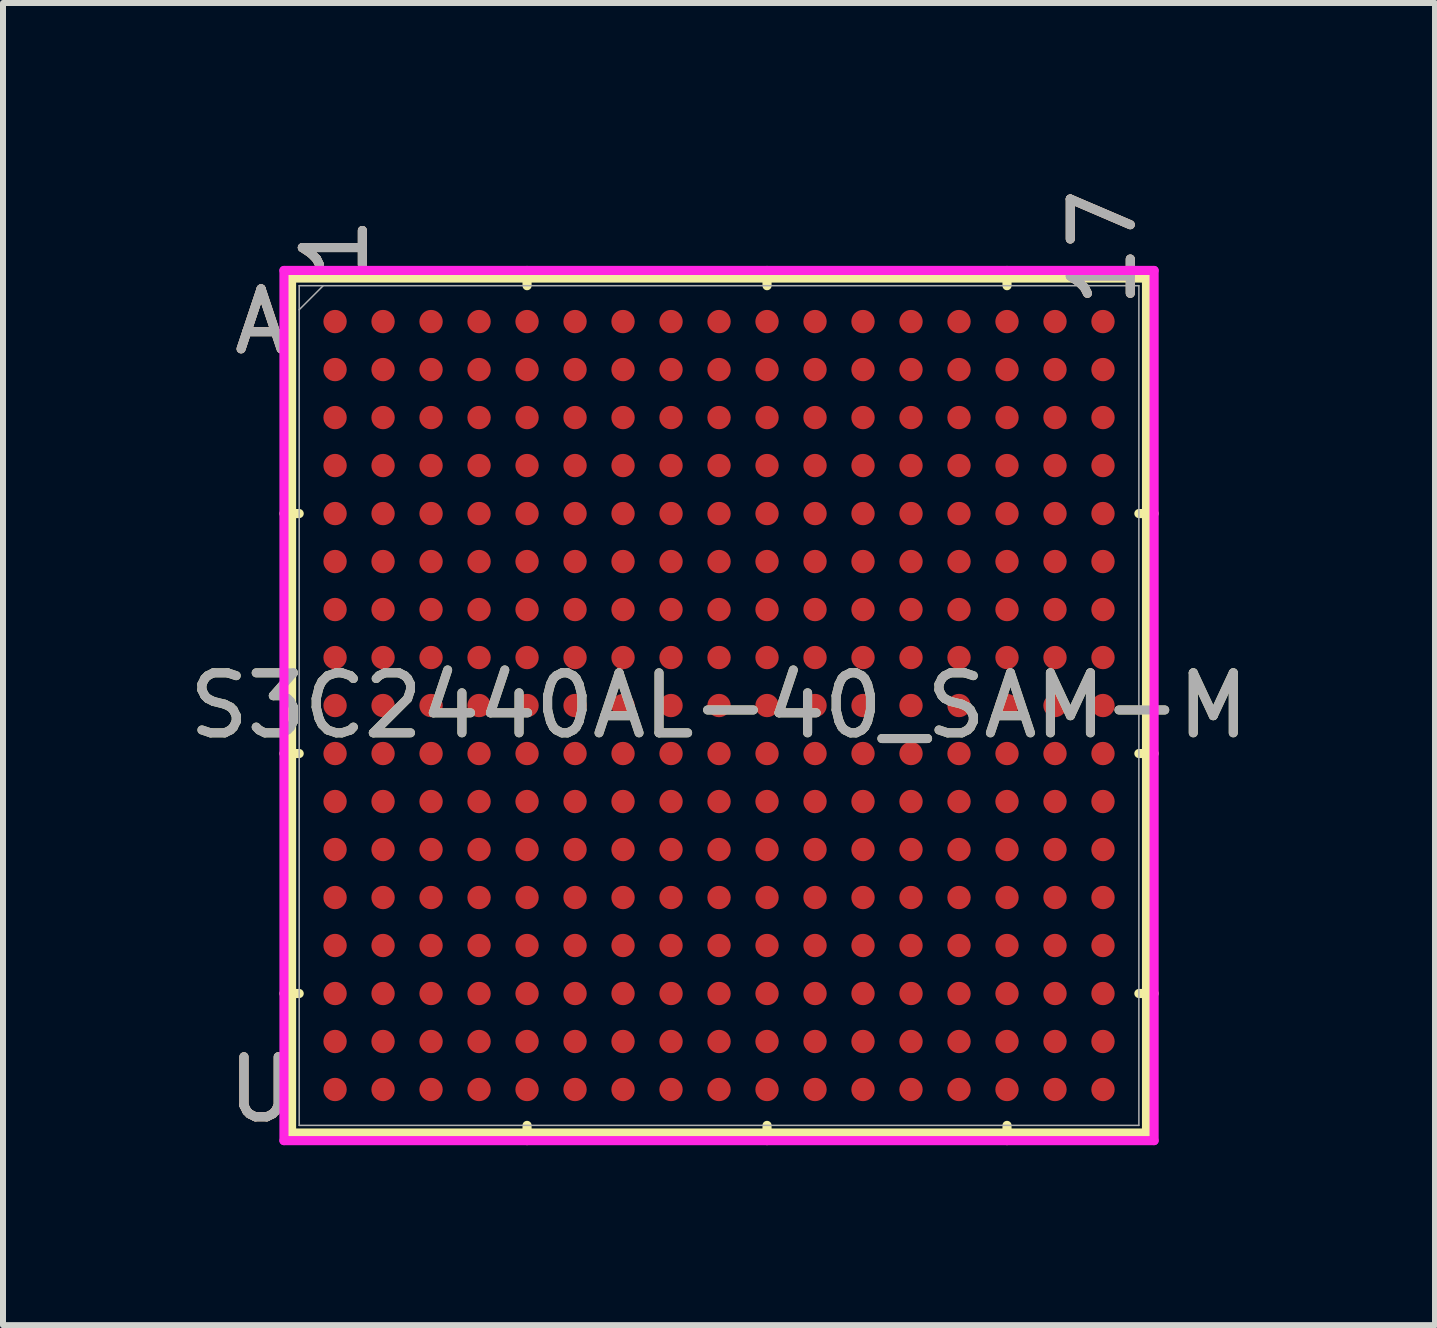
<source format=kicad_pcb>
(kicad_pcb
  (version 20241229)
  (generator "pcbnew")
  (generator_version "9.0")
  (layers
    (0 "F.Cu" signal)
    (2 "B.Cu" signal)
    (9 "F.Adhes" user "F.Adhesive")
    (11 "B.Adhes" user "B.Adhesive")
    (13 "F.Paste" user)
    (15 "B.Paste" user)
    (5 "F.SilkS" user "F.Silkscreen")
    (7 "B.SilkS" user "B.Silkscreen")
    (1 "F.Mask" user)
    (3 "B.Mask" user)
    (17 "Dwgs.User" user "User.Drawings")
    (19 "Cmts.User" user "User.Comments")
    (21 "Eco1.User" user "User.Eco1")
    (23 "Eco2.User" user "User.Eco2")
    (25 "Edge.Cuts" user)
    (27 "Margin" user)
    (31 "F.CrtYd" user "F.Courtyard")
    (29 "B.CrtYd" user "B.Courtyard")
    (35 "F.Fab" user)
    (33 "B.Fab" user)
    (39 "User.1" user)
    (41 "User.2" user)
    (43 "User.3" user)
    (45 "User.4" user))
  (footprint "S3C2440AL-40_SAM-M"
    (layer "F.Cu")
    (at 8.935 8.71)
    (property "Reference" "S3C2440AL-40_SAM-M" (at 0 0 0) (unlocked yes) (layer "F.SilkS") (effects (font (size 1 1) (thickness 0.15))))
    (attr smd)
    (fp_line (start -7.125 -7.125) (end -7.125 7.125) (stroke (width 0.152) (type solid)) (layer "F.SilkS"))
    (fp_line (start -7.125 7.125) (end 7.125 7.125) (stroke (width 0.152) (type solid)) (layer "F.SilkS"))
    (fp_line (start -6.998 -3.2) (end -7.252 -3.2) (stroke (width 0.152) (type solid)) (layer "F.SilkS"))
    (fp_line (start -6.998 0.8) (end -7.252 0.8) (stroke (width 0.152) (type solid)) (layer "F.SilkS"))
    (fp_line (start -6.998 4.8) (end -7.252 4.8) (stroke (width 0.152) (type solid)) (layer "F.SilkS"))
    (fp_line (start -3.2 -6.998) (end -3.2 -7.252) (stroke (width 0.152) (type solid)) (layer "F.SilkS"))
    (fp_line (start -3.2 6.998) (end -3.2 7.252) (stroke (width 0.152) (type solid)) (layer "F.SilkS"))
    (fp_line (start 0.8 -6.998) (end 0.8 -7.252) (stroke (width 0.152) (type solid)) (layer "F.SilkS"))
    (fp_line (start 0.8 6.998) (end 0.8 7.252) (stroke (width 0.152) (type solid)) (layer "F.SilkS"))
    (fp_line (start 4.8 -6.998) (end 4.8 -7.252) (stroke (width 0.152) (type solid)) (layer "F.SilkS"))
    (fp_line (start 4.8 6.998) (end 4.8 7.252) (stroke (width 0.152) (type solid)) (layer "F.SilkS"))
    (fp_line (start 6.998 -3.2) (end 7.252 -3.2) (stroke (width 0.152) (type solid)) (layer "F.SilkS"))
    (fp_line (start 6.998 0.8) (end 7.252 0.8) (stroke (width 0.152) (type solid)) (layer "F.SilkS"))
    (fp_line (start 6.998 4.8) (end 7.252 4.8) (stroke (width 0.152) (type solid)) (layer "F.SilkS"))
    (fp_line (start 7.125 -7.125) (end -7.125 -7.125) (stroke (width 0.152) (type solid)) (layer "F.SilkS"))
    (fp_line (start 7.125 7.125) (end 7.125 -7.125) (stroke (width 0.152) (type solid)) (layer "F.SilkS"))
    (fp_poly (pts (xy -7.245 -7.245) (xy 7.245 -7.245) (xy 7.245 7.245) (xy -7.245 7.245)) (stroke (width 0.1) (type solid)) (fill no) (layer "Eco2.User"))
    (fp_line (start -7.252 -7.252) (end 7.252 -7.252) (stroke (width 0.152) (type solid)) (layer "F.CrtYd"))
    (fp_line (start -7.252 7.252) (end -7.252 -7.252) (stroke (width 0.152) (type solid)) (layer "F.CrtYd"))
    (fp_line (start 7.252 -7.252) (end 7.252 7.252) (stroke (width 0.152) (type solid)) (layer "F.CrtYd"))
    (fp_line (start 7.252 7.252) (end -7.252 7.252) (stroke (width 0.152) (type solid)) (layer "F.CrtYd"))
    (fp_line (start -6.998 -6.998) (end -6.998 6.998) (stroke (width 0.025) (type solid)) (layer "F.Fab"))
    (fp_line (start -6.998 6.998) (end 6.998 6.998) (stroke (width 0.025) (type solid)) (layer "F.Fab"))
    (fp_line (start -6.598 -6.998) (end -6.998 -6.598) (stroke (width 0.025) (type solid)) (layer "F.Fab"))
    (fp_line (start 6.998 -6.998) (end -6.998 -6.998) (stroke (width 0.025) (type solid)) (layer "F.Fab"))
    (fp_line (start 6.998 6.998) (end 6.998 -6.998) (stroke (width 0.025) (type solid)) (layer "F.Fab"))
    (fp_text user "U" (at -7.633 6.4 0) (unlocked yes) (layer "F.SilkS") (effects (font (size 1 1) (thickness 0.15))))
    (fp_text user "1" (at -6.4 -7.633 90) (unlocked yes) (layer "F.SilkS") (effects (font (size 1 1) (thickness 0.15))))
    (fp_text user "A" (at -7.633 -6.4 0) (unlocked yes) (layer "F.SilkS") (effects (font (size 1 1) (thickness 0.15))))
    (fp_text user "17" (at 6.4 -7.633 90) (unlocked yes) (layer "F.SilkS") (effects (font (size 1 1) (thickness 0.15))))
    (fp_text user "1" (at -6.4 -7.633 90) (unlocked yes) (layer "B.SilkS") (effects (font (size 1 1) (thickness 0.15))))
    (fp_text user "A" (at -7.633 -6.4 0) (unlocked yes) (layer "B.SilkS") (effects (font (size 1 1) (thickness 0.15))))
    (fp_text user "U" (at -7.633 6.4 0) (unlocked yes) (layer "B.SilkS") (effects (font (size 1 1) (thickness 0.15))))
    (fp_text user "17" (at 6.4 -7.633 90) (unlocked yes) (layer "B.SilkS") (effects (font (size 1 1) (thickness 0.15))))
    (fp_text user "${REFERENCE}" (at 0 0 0) (unlocked yes) (layer "F.Fab") (effects (font (size 1 1) (thickness 0.15))))
    (fp_text user "U" (at -7.633 6.4 0) (unlocked yes) (layer "F.Fab") (effects (font (size 1 1) (thickness 0.15))))
    (fp_text user "17" (at 6.4 -7.633 90) (unlocked yes) (layer "F.Fab") (effects (font (size 1 1) (thickness 0.15))))
    (fp_text user "1" (at -6.4 -7.633 90) (unlocked yes) (layer "F.Fab") (effects (font (size 1 1) (thickness 0.15))))
    (fp_text user "A" (at -7.633 -6.4 0) (unlocked yes) (layer "F.Fab") (effects (font (size 1 1) (thickness 0.15))))
    (pad "A1" smd circle (at -6.4 -6.4) (size 0.389 0.389) (layers "F.Cu" "F.Mask" "F.Paste"))
    (pad "A2" smd circle (at -5.6 -6.4) (size 0.389 0.389) (layers "F.Cu" "F.Mask" "F.Paste"))
    (pad "A3" smd circle (at -4.8 -6.4) (size 0.389 0.389) (layers "F.Cu" "F.Mask" "F.Paste"))
    (pad "A4" smd circle (at -4 -6.4) (size 0.389 0.389) (layers "F.Cu" "F.Mask" "F.Paste"))
    (pad "A5" smd circle (at -3.2 -6.4) (size 0.389 0.389) (layers "F.Cu" "F.Mask" "F.Paste"))
    (pad "A6" smd circle (at -2.4 -6.4) (size 0.389 0.389) (layers "F.Cu" "F.Mask" "F.Paste"))
    (pad "A7" smd circle (at -1.6 -6.4) (size 0.389 0.389) (layers "F.Cu" "F.Mask" "F.Paste"))
    (pad "A8" smd circle (at -0.8 -6.4) (size 0.389 0.389) (layers "F.Cu" "F.Mask" "F.Paste"))
    (pad "A9" smd circle (at 0 -6.4) (size 0.389 0.389) (layers "F.Cu" "F.Mask" "F.Paste"))
    (pad "A10" smd circle (at 0.8 -6.4) (size 0.389 0.389) (layers "F.Cu" "F.Mask" "F.Paste"))
    (pad "A11" smd circle (at 1.6 -6.4) (size 0.389 0.389) (layers "F.Cu" "F.Mask" "F.Paste"))
    (pad "A12" smd circle (at 2.4 -6.4) (size 0.389 0.389) (layers "F.Cu" "F.Mask" "F.Paste"))
    (pad "A13" smd circle (at 3.2 -6.4) (size 0.389 0.389) (layers "F.Cu" "F.Mask" "F.Paste"))
    (pad "A14" smd circle (at 4 -6.4) (size 0.389 0.389) (layers "F.Cu" "F.Mask" "F.Paste"))
    (pad "A15" smd circle (at 4.8 -6.4) (size 0.389 0.389) (layers "F.Cu" "F.Mask" "F.Paste"))
    (pad "A16" smd circle (at 5.6 -6.4) (size 0.389 0.389) (layers "F.Cu" "F.Mask" "F.Paste"))
    (pad "A17" smd circle (at 6.4 -6.4) (size 0.389 0.389) (layers "F.Cu" "F.Mask" "F.Paste"))
    (pad "B1" smd circle (at -6.4 -5.6) (size 0.389 0.389) (layers "F.Cu" "F.Mask" "F.Paste"))
    (pad "B2" smd circle (at -5.6 -5.6) (size 0.389 0.389) (layers "F.Cu" "F.Mask" "F.Paste"))
    (pad "B3" smd circle (at -4.8 -5.6) (size 0.389 0.389) (layers "F.Cu" "F.Mask" "F.Paste"))
    (pad "B4" smd circle (at -4 -5.6) (size 0.389 0.389) (layers "F.Cu" "F.Mask" "F.Paste"))
    (pad "B5" smd circle (at -3.2 -5.6) (size 0.389 0.389) (layers "F.Cu" "F.Mask" "F.Paste"))
    (pad "B6" smd circle (at -2.4 -5.6) (size 0.389 0.389) (layers "F.Cu" "F.Mask" "F.Paste"))
    (pad "B7" smd circle (at -1.6 -5.6) (size 0.389 0.389) (layers "F.Cu" "F.Mask" "F.Paste"))
    (pad "B8" smd circle (at -0.8 -5.6) (size 0.389 0.389) (layers "F.Cu" "F.Mask" "F.Paste"))
    (pad "B9" smd circle (at 0 -5.6) (size 0.389 0.389) (layers "F.Cu" "F.Mask" "F.Paste"))
    (pad "B10" smd circle (at 0.8 -5.6) (size 0.389 0.389) (layers "F.Cu" "F.Mask" "F.Paste"))
    (pad "B11" smd circle (at 1.6 -5.6) (size 0.389 0.389) (layers "F.Cu" "F.Mask" "F.Paste"))
    (pad "B12" smd circle (at 2.4 -5.6) (size 0.389 0.389) (layers "F.Cu" "F.Mask" "F.Paste"))
    (pad "B13" smd circle (at 3.2 -5.6) (size 0.389 0.389) (layers "F.Cu" "F.Mask" "F.Paste"))
    (pad "B14" smd circle (at 4 -5.6) (size 0.389 0.389) (layers "F.Cu" "F.Mask" "F.Paste"))
    (pad "B15" smd circle (at 4.8 -5.6) (size 0.389 0.389) (layers "F.Cu" "F.Mask" "F.Paste"))
    (pad "B16" smd circle (at 5.6 -5.6) (size 0.389 0.389) (layers "F.Cu" "F.Mask" "F.Paste"))
    (pad "B17" smd circle (at 6.4 -5.6) (size 0.389 0.389) (layers "F.Cu" "F.Mask" "F.Paste"))
    (pad "C1" smd circle (at -6.4 -4.8) (size 0.389 0.389) (layers "F.Cu" "F.Mask" "F.Paste"))
    (pad "C2" smd circle (at -5.6 -4.8) (size 0.389 0.389) (layers "F.Cu" "F.Mask" "F.Paste"))
    (pad "C3" smd circle (at -4.8 -4.8) (size 0.389 0.389) (layers "F.Cu" "F.Mask" "F.Paste"))
    (pad "C4" smd circle (at -4 -4.8) (size 0.389 0.389) (layers "F.Cu" "F.Mask" "F.Paste"))
    (pad "C5" smd circle (at -3.2 -4.8) (size 0.389 0.389) (layers "F.Cu" "F.Mask" "F.Paste"))
    (pad "C6" smd circle (at -2.4 -4.8) (size 0.389 0.389) (layers "F.Cu" "F.Mask" "F.Paste"))
    (pad "C7" smd circle (at -1.6 -4.8) (size 0.389 0.389) (layers "F.Cu" "F.Mask" "F.Paste"))
    (pad "C8" smd circle (at -0.8 -4.8) (size 0.389 0.389) (layers "F.Cu" "F.Mask" "F.Paste"))
    (pad "C9" smd circle (at 0 -4.8) (size 0.389 0.389) (layers "F.Cu" "F.Mask" "F.Paste"))
    (pad "C10" smd circle (at 0.8 -4.8) (size 0.389 0.389) (layers "F.Cu" "F.Mask" "F.Paste"))
    (pad "C11" smd circle (at 1.6 -4.8) (size 0.389 0.389) (layers "F.Cu" "F.Mask" "F.Paste"))
    (pad "C12" smd circle (at 2.4 -4.8) (size 0.389 0.389) (layers "F.Cu" "F.Mask" "F.Paste"))
    (pad "C13" smd circle (at 3.2 -4.8) (size 0.389 0.389) (layers "F.Cu" "F.Mask" "F.Paste"))
    (pad "C14" smd circle (at 4 -4.8) (size 0.389 0.389) (layers "F.Cu" "F.Mask" "F.Paste"))
    (pad "C15" smd circle (at 4.8 -4.8) (size 0.389 0.389) (layers "F.Cu" "F.Mask" "F.Paste"))
    (pad "C16" smd circle (at 5.6 -4.8) (size 0.389 0.389) (layers "F.Cu" "F.Mask" "F.Paste"))
    (pad "C17" smd circle (at 6.4 -4.8) (size 0.389 0.389) (layers "F.Cu" "F.Mask" "F.Paste"))
    (pad "D1" smd circle (at -6.4 -4) (size 0.389 0.389) (layers "F.Cu" "F.Mask" "F.Paste"))
    (pad "D2" smd circle (at -5.6 -4) (size 0.389 0.389) (layers "F.Cu" "F.Mask" "F.Paste"))
    (pad "D3" smd circle (at -4.8 -4) (size 0.389 0.389) (layers "F.Cu" "F.Mask" "F.Paste"))
    (pad "D4" smd circle (at -4 -4) (size 0.389 0.389) (layers "F.Cu" "F.Mask" "F.Paste"))
    (pad "D5" smd circle (at -3.2 -4) (size 0.389 0.389) (layers "F.Cu" "F.Mask" "F.Paste"))
    (pad "D6" smd circle (at -2.4 -4) (size 0.389 0.389) (layers "F.Cu" "F.Mask" "F.Paste"))
    (pad "D7" smd circle (at -1.6 -4) (size 0.389 0.389) (layers "F.Cu" "F.Mask" "F.Paste"))
    (pad "D8" smd circle (at -0.8 -4) (size 0.389 0.389) (layers "F.Cu" "F.Mask" "F.Paste"))
    (pad "D9" smd circle (at 0 -4) (size 0.389 0.389) (layers "F.Cu" "F.Mask" "F.Paste"))
    (pad "D10" smd circle (at 0.8 -4) (size 0.389 0.389) (layers "F.Cu" "F.Mask" "F.Paste"))
    (pad "D11" smd circle (at 1.6 -4) (size 0.389 0.389) (layers "F.Cu" "F.Mask" "F.Paste"))
    (pad "D12" smd circle (at 2.4 -4) (size 0.389 0.389) (layers "F.Cu" "F.Mask" "F.Paste"))
    (pad "D13" smd circle (at 3.2 -4) (size 0.389 0.389) (layers "F.Cu" "F.Mask" "F.Paste"))
    (pad "D14" smd circle (at 4 -4) (size 0.389 0.389) (layers "F.Cu" "F.Mask" "F.Paste"))
    (pad "D15" smd circle (at 4.8 -4) (size 0.389 0.389) (layers "F.Cu" "F.Mask" "F.Paste"))
    (pad "D16" smd circle (at 5.6 -4) (size 0.389 0.389) (layers "F.Cu" "F.Mask" "F.Paste"))
    (pad "D17" smd circle (at 6.4 -4) (size 0.389 0.389) (layers "F.Cu" "F.Mask" "F.Paste"))
    (pad "E1" smd circle (at -6.4 -3.2) (size 0.389 0.389) (layers "F.Cu" "F.Mask" "F.Paste"))
    (pad "E2" smd circle (at -5.6 -3.2) (size 0.389 0.389) (layers "F.Cu" "F.Mask" "F.Paste"))
    (pad "E3" smd circle (at -4.8 -3.2) (size 0.389 0.389) (layers "F.Cu" "F.Mask" "F.Paste"))
    (pad "E4" smd circle (at -4 -3.2) (size 0.389 0.389) (layers "F.Cu" "F.Mask" "F.Paste"))
    (pad "E5" smd circle (at -3.2 -3.2) (size 0.389 0.389) (layers "F.Cu" "F.Mask" "F.Paste"))
    (pad "E6" smd circle (at -2.4 -3.2) (size 0.389 0.389) (layers "F.Cu" "F.Mask" "F.Paste"))
    (pad "E7" smd circle (at -1.6 -3.2) (size 0.389 0.389) (layers "F.Cu" "F.Mask" "F.Paste"))
    (pad "E8" smd circle (at -0.8 -3.2) (size 0.389 0.389) (layers "F.Cu" "F.Mask" "F.Paste"))
    (pad "E9" smd circle (at 0 -3.2) (size 0.389 0.389) (layers "F.Cu" "F.Mask" "F.Paste"))
    (pad "E10" smd circle (at 0.8 -3.2) (size 0.389 0.389) (layers "F.Cu" "F.Mask" "F.Paste"))
    (pad "E11" smd circle (at 1.6 -3.2) (size 0.389 0.389) (layers "F.Cu" "F.Mask" "F.Paste"))
    (pad "E12" smd circle (at 2.4 -3.2) (size 0.389 0.389) (layers "F.Cu" "F.Mask" "F.Paste"))
    (pad "E13" smd circle (at 3.2 -3.2) (size 0.389 0.389) (layers "F.Cu" "F.Mask" "F.Paste"))
    (pad "E14" smd circle (at 4 -3.2) (size 0.389 0.389) (layers "F.Cu" "F.Mask" "F.Paste"))
    (pad "E15" smd circle (at 4.8 -3.2) (size 0.389 0.389) (layers "F.Cu" "F.Mask" "F.Paste"))
    (pad "E16" smd circle (at 5.6 -3.2) (size 0.389 0.389) (layers "F.Cu" "F.Mask" "F.Paste"))
    (pad "E17" smd circle (at 6.4 -3.2) (size 0.389 0.389) (layers "F.Cu" "F.Mask" "F.Paste"))
    (pad "F1" smd circle (at -6.4 -2.4) (size 0.389 0.389) (layers "F.Cu" "F.Mask" "F.Paste"))
    (pad "F2" smd circle (at -5.6 -2.4) (size 0.389 0.389) (layers "F.Cu" "F.Mask" "F.Paste"))
    (pad "F3" smd circle (at -4.8 -2.4) (size 0.389 0.389) (layers "F.Cu" "F.Mask" "F.Paste"))
    (pad "F4" smd circle (at -4 -2.4) (size 0.389 0.389) (layers "F.Cu" "F.Mask" "F.Paste"))
    (pad "F5" smd circle (at -3.2 -2.4) (size 0.389 0.389) (layers "F.Cu" "F.Mask" "F.Paste"))
    (pad "F6" smd circle (at -2.4 -2.4) (size 0.389 0.389) (layers "F.Cu" "F.Mask" "F.Paste"))
    (pad "F7" smd circle (at -1.6 -2.4) (size 0.389 0.389) (layers "F.Cu" "F.Mask" "F.Paste"))
    (pad "F8" smd circle (at -0.8 -2.4) (size 0.389 0.389) (layers "F.Cu" "F.Mask" "F.Paste"))
    (pad "F9" smd circle (at 0 -2.4) (size 0.389 0.389) (layers "F.Cu" "F.Mask" "F.Paste"))
    (pad "F10" smd circle (at 0.8 -2.4) (size 0.389 0.389) (layers "F.Cu" "F.Mask" "F.Paste"))
    (pad "F11" smd circle (at 1.6 -2.4) (size 0.389 0.389) (layers "F.Cu" "F.Mask" "F.Paste"))
    (pad "F12" smd circle (at 2.4 -2.4) (size 0.389 0.389) (layers "F.Cu" "F.Mask" "F.Paste"))
    (pad "F13" smd circle (at 3.2 -2.4) (size 0.389 0.389) (layers "F.Cu" "F.Mask" "F.Paste"))
    (pad "F14" smd circle (at 4 -2.4) (size 0.389 0.389) (layers "F.Cu" "F.Mask" "F.Paste"))
    (pad "F15" smd circle (at 4.8 -2.4) (size 0.389 0.389) (layers "F.Cu" "F.Mask" "F.Paste"))
    (pad "F16" smd circle (at 5.6 -2.4) (size 0.389 0.389) (layers "F.Cu" "F.Mask" "F.Paste"))
    (pad "F17" smd circle (at 6.4 -2.4) (size 0.389 0.389) (layers "F.Cu" "F.Mask" "F.Paste"))
    (pad "G1" smd circle (at -6.4 -1.6) (size 0.389 0.389) (layers "F.Cu" "F.Mask" "F.Paste"))
    (pad "G2" smd circle (at -5.6 -1.6) (size 0.389 0.389) (layers "F.Cu" "F.Mask" "F.Paste"))
    (pad "G3" smd circle (at -4.8 -1.6) (size 0.389 0.389) (layers "F.Cu" "F.Mask" "F.Paste"))
    (pad "G4" smd circle (at -4 -1.6) (size 0.389 0.389) (layers "F.Cu" "F.Mask" "F.Paste"))
    (pad "G5" smd circle (at -3.2 -1.6) (size 0.389 0.389) (layers "F.Cu" "F.Mask" "F.Paste"))
    (pad "G6" smd circle (at -2.4 -1.6) (size 0.389 0.389) (layers "F.Cu" "F.Mask" "F.Paste"))
    (pad "G7" smd circle (at -1.6 -1.6) (size 0.389 0.389) (layers "F.Cu" "F.Mask" "F.Paste"))
    (pad "G8" smd circle (at -0.8 -1.6) (size 0.389 0.389) (layers "F.Cu" "F.Mask" "F.Paste"))
    (pad "G9" smd circle (at 0 -1.6) (size 0.389 0.389) (layers "F.Cu" "F.Mask" "F.Paste"))
    (pad "G10" smd circle (at 0.8 -1.6) (size 0.389 0.389) (layers "F.Cu" "F.Mask" "F.Paste"))
    (pad "G11" smd circle (at 1.6 -1.6) (size 0.389 0.389) (layers "F.Cu" "F.Mask" "F.Paste"))
    (pad "G12" smd circle (at 2.4 -1.6) (size 0.389 0.389) (layers "F.Cu" "F.Mask" "F.Paste"))
    (pad "G13" smd circle (at 3.2 -1.6) (size 0.389 0.389) (layers "F.Cu" "F.Mask" "F.Paste"))
    (pad "G14" smd circle (at 4 -1.6) (size 0.389 0.389) (layers "F.Cu" "F.Mask" "F.Paste"))
    (pad "G15" smd circle (at 4.8 -1.6) (size 0.389 0.389) (layers "F.Cu" "F.Mask" "F.Paste"))
    (pad "G16" smd circle (at 5.6 -1.6) (size 0.389 0.389) (layers "F.Cu" "F.Mask" "F.Paste"))
    (pad "G17" smd circle (at 6.4 -1.6) (size 0.389 0.389) (layers "F.Cu" "F.Mask" "F.Paste"))
    (pad "H1" smd circle (at -6.4 -0.8) (size 0.389 0.389) (layers "F.Cu" "F.Mask" "F.Paste"))
    (pad "H2" smd circle (at -5.6 -0.8) (size 0.389 0.389) (layers "F.Cu" "F.Mask" "F.Paste"))
    (pad "H3" smd circle (at -4.8 -0.8) (size 0.389 0.389) (layers "F.Cu" "F.Mask" "F.Paste"))
    (pad "H4" smd circle (at -4 -0.8) (size 0.389 0.389) (layers "F.Cu" "F.Mask" "F.Paste"))
    (pad "H5" smd circle (at -3.2 -0.8) (size 0.389 0.389) (layers "F.Cu" "F.Mask" "F.Paste"))
    (pad "H6" smd circle (at -2.4 -0.8) (size 0.389 0.389) (layers "F.Cu" "F.Mask" "F.Paste"))
    (pad "H7" smd circle (at -1.6 -0.8) (size 0.389 0.389) (layers "F.Cu" "F.Mask" "F.Paste"))
    (pad "H8" smd circle (at -0.8 -0.8) (size 0.389 0.389) (layers "F.Cu" "F.Mask" "F.Paste"))
    (pad "H9" smd circle (at 0 -0.8) (size 0.389 0.389) (layers "F.Cu" "F.Mask" "F.Paste"))
    (pad "H10" smd circle (at 0.8 -0.8) (size 0.389 0.389) (layers "F.Cu" "F.Mask" "F.Paste"))
    (pad "H11" smd circle (at 1.6 -0.8) (size 0.389 0.389) (layers "F.Cu" "F.Mask" "F.Paste"))
    (pad "H12" smd circle (at 2.4 -0.8) (size 0.389 0.389) (layers "F.Cu" "F.Mask" "F.Paste"))
    (pad "H13" smd circle (at 3.2 -0.8) (size 0.389 0.389) (layers "F.Cu" "F.Mask" "F.Paste"))
    (pad "H14" smd circle (at 4 -0.8) (size 0.389 0.389) (layers "F.Cu" "F.Mask" "F.Paste"))
    (pad "H15" smd circle (at 4.8 -0.8) (size 0.389 0.389) (layers "F.Cu" "F.Mask" "F.Paste"))
    (pad "H16" smd circle (at 5.6 -0.8) (size 0.389 0.389) (layers "F.Cu" "F.Mask" "F.Paste"))
    (pad "H17" smd circle (at 6.4 -0.8) (size 0.389 0.389) (layers "F.Cu" "F.Mask" "F.Paste"))
    (pad "J1" smd circle (at -6.4 0) (size 0.389 0.389) (layers "F.Cu" "F.Mask" "F.Paste"))
    (pad "J2" smd circle (at -5.6 0) (size 0.389 0.389) (layers "F.Cu" "F.Mask" "F.Paste"))
    (pad "J3" smd circle (at -4.8 0) (size 0.389 0.389) (layers "F.Cu" "F.Mask" "F.Paste"))
    (pad "J4" smd circle (at -4 0) (size 0.389 0.389) (layers "F.Cu" "F.Mask" "F.Paste"))
    (pad "J5" smd circle (at -3.2 0) (size 0.389 0.389) (layers "F.Cu" "F.Mask" "F.Paste"))
    (pad "J6" smd circle (at -2.4 0) (size 0.389 0.389) (layers "F.Cu" "F.Mask" "F.Paste"))
    (pad "J7" smd circle (at -1.6 0) (size 0.389 0.389) (layers "F.Cu" "F.Mask" "F.Paste"))
    (pad "J8" smd circle (at -0.8 0) (size 0.389 0.389) (layers "F.Cu" "F.Mask" "F.Paste"))
    (pad "J9" smd circle (at 0 0) (size 0.389 0.389) (layers "F.Cu" "F.Mask" "F.Paste"))
    (pad "J10" smd circle (at 0.8 0) (size 0.389 0.389) (layers "F.Cu" "F.Mask" "F.Paste"))
    (pad "J11" smd circle (at 1.6 0) (size 0.389 0.389) (layers "F.Cu" "F.Mask" "F.Paste"))
    (pad "J12" smd circle (at 2.4 0) (size 0.389 0.389) (layers "F.Cu" "F.Mask" "F.Paste"))
    (pad "J13" smd circle (at 3.2 0) (size 0.389 0.389) (layers "F.Cu" "F.Mask" "F.Paste"))
    (pad "J14" smd circle (at 4 0) (size 0.389 0.389) (layers "F.Cu" "F.Mask" "F.Paste"))
    (pad "J15" smd circle (at 4.8 0) (size 0.389 0.389) (layers "F.Cu" "F.Mask" "F.Paste"))
    (pad "J16" smd circle (at 5.6 0) (size 0.389 0.389) (layers "F.Cu" "F.Mask" "F.Paste"))
    (pad "J17" smd circle (at 6.4 0) (size 0.389 0.389) (layers "F.Cu" "F.Mask" "F.Paste"))
    (pad "K1" smd circle (at -6.4 0.8) (size 0.389 0.389) (layers "F.Cu" "F.Mask" "F.Paste"))
    (pad "K2" smd circle (at -5.6 0.8) (size 0.389 0.389) (layers "F.Cu" "F.Mask" "F.Paste"))
    (pad "K3" smd circle (at -4.8 0.8) (size 0.389 0.389) (layers "F.Cu" "F.Mask" "F.Paste"))
    (pad "K4" smd circle (at -4 0.8) (size 0.389 0.389) (layers "F.Cu" "F.Mask" "F.Paste"))
    (pad "K5" smd circle (at -3.2 0.8) (size 0.389 0.389) (layers "F.Cu" "F.Mask" "F.Paste"))
    (pad "K6" smd circle (at -2.4 0.8) (size 0.389 0.389) (layers "F.Cu" "F.Mask" "F.Paste"))
    (pad "K7" smd circle (at -1.6 0.8) (size 0.389 0.389) (layers "F.Cu" "F.Mask" "F.Paste"))
    (pad "K8" smd circle (at -0.8 0.8) (size 0.389 0.389) (layers "F.Cu" "F.Mask" "F.Paste"))
    (pad "K9" smd circle (at 0 0.8) (size 0.389 0.389) (layers "F.Cu" "F.Mask" "F.Paste"))
    (pad "K10" smd circle (at 0.8 0.8) (size 0.389 0.389) (layers "F.Cu" "F.Mask" "F.Paste"))
    (pad "K11" smd circle (at 1.6 0.8) (size 0.389 0.389) (layers "F.Cu" "F.Mask" "F.Paste"))
    (pad "K12" smd circle (at 2.4 0.8) (size 0.389 0.389) (layers "F.Cu" "F.Mask" "F.Paste"))
    (pad "K13" smd circle (at 3.2 0.8) (size 0.389 0.389) (layers "F.Cu" "F.Mask" "F.Paste"))
    (pad "K14" smd circle (at 4 0.8) (size 0.389 0.389) (layers "F.Cu" "F.Mask" "F.Paste"))
    (pad "K15" smd circle (at 4.8 0.8) (size 0.389 0.389) (layers "F.Cu" "F.Mask" "F.Paste"))
    (pad "K16" smd circle (at 5.6 0.8) (size 0.389 0.389) (layers "F.Cu" "F.Mask" "F.Paste"))
    (pad "K17" smd circle (at 6.4 0.8) (size 0.389 0.389) (layers "F.Cu" "F.Mask" "F.Paste"))
    (pad "L1" smd circle (at -6.4 1.6) (size 0.389 0.389) (layers "F.Cu" "F.Mask" "F.Paste"))
    (pad "L2" smd circle (at -5.6 1.6) (size 0.389 0.389) (layers "F.Cu" "F.Mask" "F.Paste"))
    (pad "L3" smd circle (at -4.8 1.6) (size 0.389 0.389) (layers "F.Cu" "F.Mask" "F.Paste"))
    (pad "L4" smd circle (at -4 1.6) (size 0.389 0.389) (layers "F.Cu" "F.Mask" "F.Paste"))
    (pad "L5" smd circle (at -3.2 1.6) (size 0.389 0.389) (layers "F.Cu" "F.Mask" "F.Paste"))
    (pad "L6" smd circle (at -2.4 1.6) (size 0.389 0.389) (layers "F.Cu" "F.Mask" "F.Paste"))
    (pad "L7" smd circle (at -1.6 1.6) (size 0.389 0.389) (layers "F.Cu" "F.Mask" "F.Paste"))
    (pad "L8" smd circle (at -0.8 1.6) (size 0.389 0.389) (layers "F.Cu" "F.Mask" "F.Paste"))
    (pad "L9" smd circle (at 0 1.6) (size 0.389 0.389) (layers "F.Cu" "F.Mask" "F.Paste"))
    (pad "L10" smd circle (at 0.8 1.6) (size 0.389 0.389) (layers "F.Cu" "F.Mask" "F.Paste"))
    (pad "L11" smd circle (at 1.6 1.6) (size 0.389 0.389) (layers "F.Cu" "F.Mask" "F.Paste"))
    (pad "L12" smd circle (at 2.4 1.6) (size 0.389 0.389) (layers "F.Cu" "F.Mask" "F.Paste"))
    (pad "L13" smd circle (at 3.2 1.6) (size 0.389 0.389) (layers "F.Cu" "F.Mask" "F.Paste"))
    (pad "L14" smd circle (at 4 1.6) (size 0.389 0.389) (layers "F.Cu" "F.Mask" "F.Paste"))
    (pad "L15" smd circle (at 4.8 1.6) (size 0.389 0.389) (layers "F.Cu" "F.Mask" "F.Paste"))
    (pad "L16" smd circle (at 5.6 1.6) (size 0.389 0.389) (layers "F.Cu" "F.Mask" "F.Paste"))
    (pad "L17" smd circle (at 6.4 1.6) (size 0.389 0.389) (layers "F.Cu" "F.Mask" "F.Paste"))
    (pad "M1" smd circle (at -6.4 2.4) (size 0.389 0.389) (layers "F.Cu" "F.Mask" "F.Paste"))
    (pad "M2" smd circle (at -5.6 2.4) (size 0.389 0.389) (layers "F.Cu" "F.Mask" "F.Paste"))
    (pad "M3" smd circle (at -4.8 2.4) (size 0.389 0.389) (layers "F.Cu" "F.Mask" "F.Paste"))
    (pad "M4" smd circle (at -4 2.4) (size 0.389 0.389) (layers "F.Cu" "F.Mask" "F.Paste"))
    (pad "M5" smd circle (at -3.2 2.4) (size 0.389 0.389) (layers "F.Cu" "F.Mask" "F.Paste"))
    (pad "M6" smd circle (at -2.4 2.4) (size 0.389 0.389) (layers "F.Cu" "F.Mask" "F.Paste"))
    (pad "M7" smd circle (at -1.6 2.4) (size 0.389 0.389) (layers "F.Cu" "F.Mask" "F.Paste"))
    (pad "M8" smd circle (at -0.8 2.4) (size 0.389 0.389) (layers "F.Cu" "F.Mask" "F.Paste"))
    (pad "M9" smd circle (at 0 2.4) (size 0.389 0.389) (layers "F.Cu" "F.Mask" "F.Paste"))
    (pad "M10" smd circle (at 0.8 2.4) (size 0.389 0.389) (layers "F.Cu" "F.Mask" "F.Paste"))
    (pad "M11" smd circle (at 1.6 2.4) (size 0.389 0.389) (layers "F.Cu" "F.Mask" "F.Paste"))
    (pad "M12" smd circle (at 2.4 2.4) (size 0.389 0.389) (layers "F.Cu" "F.Mask" "F.Paste"))
    (pad "M13" smd circle (at 3.2 2.4) (size 0.389 0.389) (layers "F.Cu" "F.Mask" "F.Paste"))
    (pad "M14" smd circle (at 4 2.4) (size 0.389 0.389) (layers "F.Cu" "F.Mask" "F.Paste"))
    (pad "M15" smd circle (at 4.8 2.4) (size 0.389 0.389) (layers "F.Cu" "F.Mask" "F.Paste"))
    (pad "M16" smd circle (at 5.6 2.4) (size 0.389 0.389) (layers "F.Cu" "F.Mask" "F.Paste"))
    (pad "M17" smd circle (at 6.4 2.4) (size 0.389 0.389) (layers "F.Cu" "F.Mask" "F.Paste"))
    (pad "N1" smd circle (at -6.4 3.2) (size 0.389 0.389) (layers "F.Cu" "F.Mask" "F.Paste"))
    (pad "N2" smd circle (at -5.6 3.2) (size 0.389 0.389) (layers "F.Cu" "F.Mask" "F.Paste"))
    (pad "N3" smd circle (at -4.8 3.2) (size 0.389 0.389) (layers "F.Cu" "F.Mask" "F.Paste"))
    (pad "N4" smd circle (at -4 3.2) (size 0.389 0.389) (layers "F.Cu" "F.Mask" "F.Paste"))
    (pad "N5" smd circle (at -3.2 3.2) (size 0.389 0.389) (layers "F.Cu" "F.Mask" "F.Paste"))
    (pad "N6" smd circle (at -2.4 3.2) (size 0.389 0.389) (layers "F.Cu" "F.Mask" "F.Paste"))
    (pad "N7" smd circle (at -1.6 3.2) (size 0.389 0.389) (layers "F.Cu" "F.Mask" "F.Paste"))
    (pad "N8" smd circle (at -0.8 3.2) (size 0.389 0.389) (layers "F.Cu" "F.Mask" "F.Paste"))
    (pad "N9" smd circle (at 0 3.2) (size 0.389 0.389) (layers "F.Cu" "F.Mask" "F.Paste"))
    (pad "N10" smd circle (at 0.8 3.2) (size 0.389 0.389) (layers "F.Cu" "F.Mask" "F.Paste"))
    (pad "N11" smd circle (at 1.6 3.2) (size 0.389 0.389) (layers "F.Cu" "F.Mask" "F.Paste"))
    (pad "N12" smd circle (at 2.4 3.2) (size 0.389 0.389) (layers "F.Cu" "F.Mask" "F.Paste"))
    (pad "N13" smd circle (at 3.2 3.2) (size 0.389 0.389) (layers "F.Cu" "F.Mask" "F.Paste"))
    (pad "N14" smd circle (at 4 3.2) (size 0.389 0.389) (layers "F.Cu" "F.Mask" "F.Paste"))
    (pad "N15" smd circle (at 4.8 3.2) (size 0.389 0.389) (layers "F.Cu" "F.Mask" "F.Paste"))
    (pad "N16" smd circle (at 5.6 3.2) (size 0.389 0.389) (layers "F.Cu" "F.Mask" "F.Paste"))
    (pad "N17" smd circle (at 6.4 3.2) (size 0.389 0.389) (layers "F.Cu" "F.Mask" "F.Paste"))
    (pad "P1" smd circle (at -6.4 4) (size 0.389 0.389) (layers "F.Cu" "F.Mask" "F.Paste"))
    (pad "P2" smd circle (at -5.6 4) (size 0.389 0.389) (layers "F.Cu" "F.Mask" "F.Paste"))
    (pad "P3" smd circle (at -4.8 4) (size 0.389 0.389) (layers "F.Cu" "F.Mask" "F.Paste"))
    (pad "P4" smd circle (at -4 4) (size 0.389 0.389) (layers "F.Cu" "F.Mask" "F.Paste"))
    (pad "P5" smd circle (at -3.2 4) (size 0.389 0.389) (layers "F.Cu" "F.Mask" "F.Paste"))
    (pad "P6" smd circle (at -2.4 4) (size 0.389 0.389) (layers "F.Cu" "F.Mask" "F.Paste"))
    (pad "P7" smd circle (at -1.6 4) (size 0.389 0.389) (layers "F.Cu" "F.Mask" "F.Paste"))
    (pad "P8" smd circle (at -0.8 4) (size 0.389 0.389) (layers "F.Cu" "F.Mask" "F.Paste"))
    (pad "P9" smd circle (at 0 4) (size 0.389 0.389) (layers "F.Cu" "F.Mask" "F.Paste"))
    (pad "P10" smd circle (at 0.8 4) (size 0.389 0.389) (layers "F.Cu" "F.Mask" "F.Paste"))
    (pad "P11" smd circle (at 1.6 4) (size 0.389 0.389) (layers "F.Cu" "F.Mask" "F.Paste"))
    (pad "P12" smd circle (at 2.4 4) (size 0.389 0.389) (layers "F.Cu" "F.Mask" "F.Paste"))
    (pad "P13" smd circle (at 3.2 4) (size 0.389 0.389) (layers "F.Cu" "F.Mask" "F.Paste"))
    (pad "P14" smd circle (at 4 4) (size 0.389 0.389) (layers "F.Cu" "F.Mask" "F.Paste"))
    (pad "P15" smd circle (at 4.8 4) (size 0.389 0.389) (layers "F.Cu" "F.Mask" "F.Paste"))
    (pad "P16" smd circle (at 5.6 4) (size 0.389 0.389) (layers "F.Cu" "F.Mask" "F.Paste"))
    (pad "P17" smd circle (at 6.4 4) (size 0.389 0.389) (layers "F.Cu" "F.Mask" "F.Paste"))
    (pad "R1" smd circle (at -6.4 4.8) (size 0.389 0.389) (layers "F.Cu" "F.Mask" "F.Paste"))
    (pad "R2" smd circle (at -5.6 4.8) (size 0.389 0.389) (layers "F.Cu" "F.Mask" "F.Paste"))
    (pad "R3" smd circle (at -4.8 4.8) (size 0.389 0.389) (layers "F.Cu" "F.Mask" "F.Paste"))
    (pad "R4" smd circle (at -4 4.8) (size 0.389 0.389) (layers "F.Cu" "F.Mask" "F.Paste"))
    (pad "R5" smd circle (at -3.2 4.8) (size 0.389 0.389) (layers "F.Cu" "F.Mask" "F.Paste"))
    (pad "R6" smd circle (at -2.4 4.8) (size 0.389 0.389) (layers "F.Cu" "F.Mask" "F.Paste"))
    (pad "R7" smd circle (at -1.6 4.8) (size 0.389 0.389) (layers "F.Cu" "F.Mask" "F.Paste"))
    (pad "R8" smd circle (at -0.8 4.8) (size 0.389 0.389) (layers "F.Cu" "F.Mask" "F.Paste"))
    (pad "R9" smd circle (at 0 4.8) (size 0.389 0.389) (layers "F.Cu" "F.Mask" "F.Paste"))
    (pad "R10" smd circle (at 0.8 4.8) (size 0.389 0.389) (layers "F.Cu" "F.Mask" "F.Paste"))
    (pad "R11" smd circle (at 1.6 4.8) (size 0.389 0.389) (layers "F.Cu" "F.Mask" "F.Paste"))
    (pad "R12" smd circle (at 2.4 4.8) (size 0.389 0.389) (layers "F.Cu" "F.Mask" "F.Paste"))
    (pad "R13" smd circle (at 3.2 4.8) (size 0.389 0.389) (layers "F.Cu" "F.Mask" "F.Paste"))
    (pad "R14" smd circle (at 4 4.8) (size 0.389 0.389) (layers "F.Cu" "F.Mask" "F.Paste"))
    (pad "R15" smd circle (at 4.8 4.8) (size 0.389 0.389) (layers "F.Cu" "F.Mask" "F.Paste"))
    (pad "R16" smd circle (at 5.6 4.8) (size 0.389 0.389) (layers "F.Cu" "F.Mask" "F.Paste"))
    (pad "R17" smd circle (at 6.4 4.8) (size 0.389 0.389) (layers "F.Cu" "F.Mask" "F.Paste"))
    (pad "T1" smd circle (at -6.4 5.6) (size 0.389 0.389) (layers "F.Cu" "F.Mask" "F.Paste"))
    (pad "T2" smd circle (at -5.6 5.6) (size 0.389 0.389) (layers "F.Cu" "F.Mask" "F.Paste"))
    (pad "T3" smd circle (at -4.8 5.6) (size 0.389 0.389) (layers "F.Cu" "F.Mask" "F.Paste"))
    (pad "T4" smd circle (at -4 5.6) (size 0.389 0.389) (layers "F.Cu" "F.Mask" "F.Paste"))
    (pad "T5" smd circle (at -3.2 5.6) (size 0.389 0.389) (layers "F.Cu" "F.Mask" "F.Paste"))
    (pad "T6" smd circle (at -2.4 5.6) (size 0.389 0.389) (layers "F.Cu" "F.Mask" "F.Paste"))
    (pad "T7" smd circle (at -1.6 5.6) (size 0.389 0.389) (layers "F.Cu" "F.Mask" "F.Paste"))
    (pad "T8" smd circle (at -0.8 5.6) (size 0.389 0.389) (layers "F.Cu" "F.Mask" "F.Paste"))
    (pad "T9" smd circle (at 0 5.6) (size 0.389 0.389) (layers "F.Cu" "F.Mask" "F.Paste"))
    (pad "T10" smd circle (at 0.8 5.6) (size 0.389 0.389) (layers "F.Cu" "F.Mask" "F.Paste"))
    (pad "T11" smd circle (at 1.6 5.6) (size 0.389 0.389) (layers "F.Cu" "F.Mask" "F.Paste"))
    (pad "T12" smd circle (at 2.4 5.6) (size 0.389 0.389) (layers "F.Cu" "F.Mask" "F.Paste"))
    (pad "T13" smd circle (at 3.2 5.6) (size 0.389 0.389) (layers "F.Cu" "F.Mask" "F.Paste"))
    (pad "T14" smd circle (at 4 5.6) (size 0.389 0.389) (layers "F.Cu" "F.Mask" "F.Paste"))
    (pad "T15" smd circle (at 4.8 5.6) (size 0.389 0.389) (layers "F.Cu" "F.Mask" "F.Paste"))
    (pad "T16" smd circle (at 5.6 5.6) (size 0.389 0.389) (layers "F.Cu" "F.Mask" "F.Paste"))
    (pad "T17" smd circle (at 6.4 5.6) (size 0.389 0.389) (layers "F.Cu" "F.Mask" "F.Paste"))
    (pad "U1" smd circle (at -6.4 6.4) (size 0.389 0.389) (layers "F.Cu" "F.Mask" "F.Paste"))
    (pad "U2" smd circle (at -5.6 6.4) (size 0.389 0.389) (layers "F.Cu" "F.Mask" "F.Paste"))
    (pad "U3" smd circle (at -4.8 6.4) (size 0.389 0.389) (layers "F.Cu" "F.Mask" "F.Paste"))
    (pad "U4" smd circle (at -4 6.4) (size 0.389 0.389) (layers "F.Cu" "F.Mask" "F.Paste"))
    (pad "U5" smd circle (at -3.2 6.4) (size 0.389 0.389) (layers "F.Cu" "F.Mask" "F.Paste"))
    (pad "U6" smd circle (at -2.4 6.4) (size 0.389 0.389) (layers "F.Cu" "F.Mask" "F.Paste"))
    (pad "U7" smd circle (at -1.6 6.4) (size 0.389 0.389) (layers "F.Cu" "F.Mask" "F.Paste"))
    (pad "U8" smd circle (at -0.8 6.4) (size 0.389 0.389) (layers "F.Cu" "F.Mask" "F.Paste"))
    (pad "U9" smd circle (at 0 6.4) (size 0.389 0.389) (layers "F.Cu" "F.Mask" "F.Paste"))
    (pad "U10" smd circle (at 0.8 6.4) (size 0.389 0.389) (layers "F.Cu" "F.Mask" "F.Paste"))
    (pad "U11" smd circle (at 1.6 6.4) (size 0.389 0.389) (layers "F.Cu" "F.Mask" "F.Paste"))
    (pad "U12" smd circle (at 2.4 6.4) (size 0.389 0.389) (layers "F.Cu" "F.Mask" "F.Paste"))
    (pad "U13" smd circle (at 3.2 6.4) (size 0.389 0.389) (layers "F.Cu" "F.Mask" "F.Paste"))
    (pad "U14" smd circle (at 4 6.4) (size 0.389 0.389) (layers "F.Cu" "F.Mask" "F.Paste"))
    (pad "U15" smd circle (at 4.8 6.4) (size 0.389 0.389) (layers "F.Cu" "F.Mask" "F.Paste"))
    (pad "U16" smd circle (at 5.6 6.4) (size 0.389 0.389) (layers "F.Cu" "F.Mask" "F.Paste"))
    (pad "U17" smd circle (at 6.4 6.4) (size 0.389 0.389) (layers "F.Cu" "F.Mask" "F.Paste")))
  (gr_rect
    (start -3 -3)
    (end 20.869 19.038)
    (stroke (width 0.1) (type default))
    (fill no)
    (layer "Edge.Cuts")))
</source>
